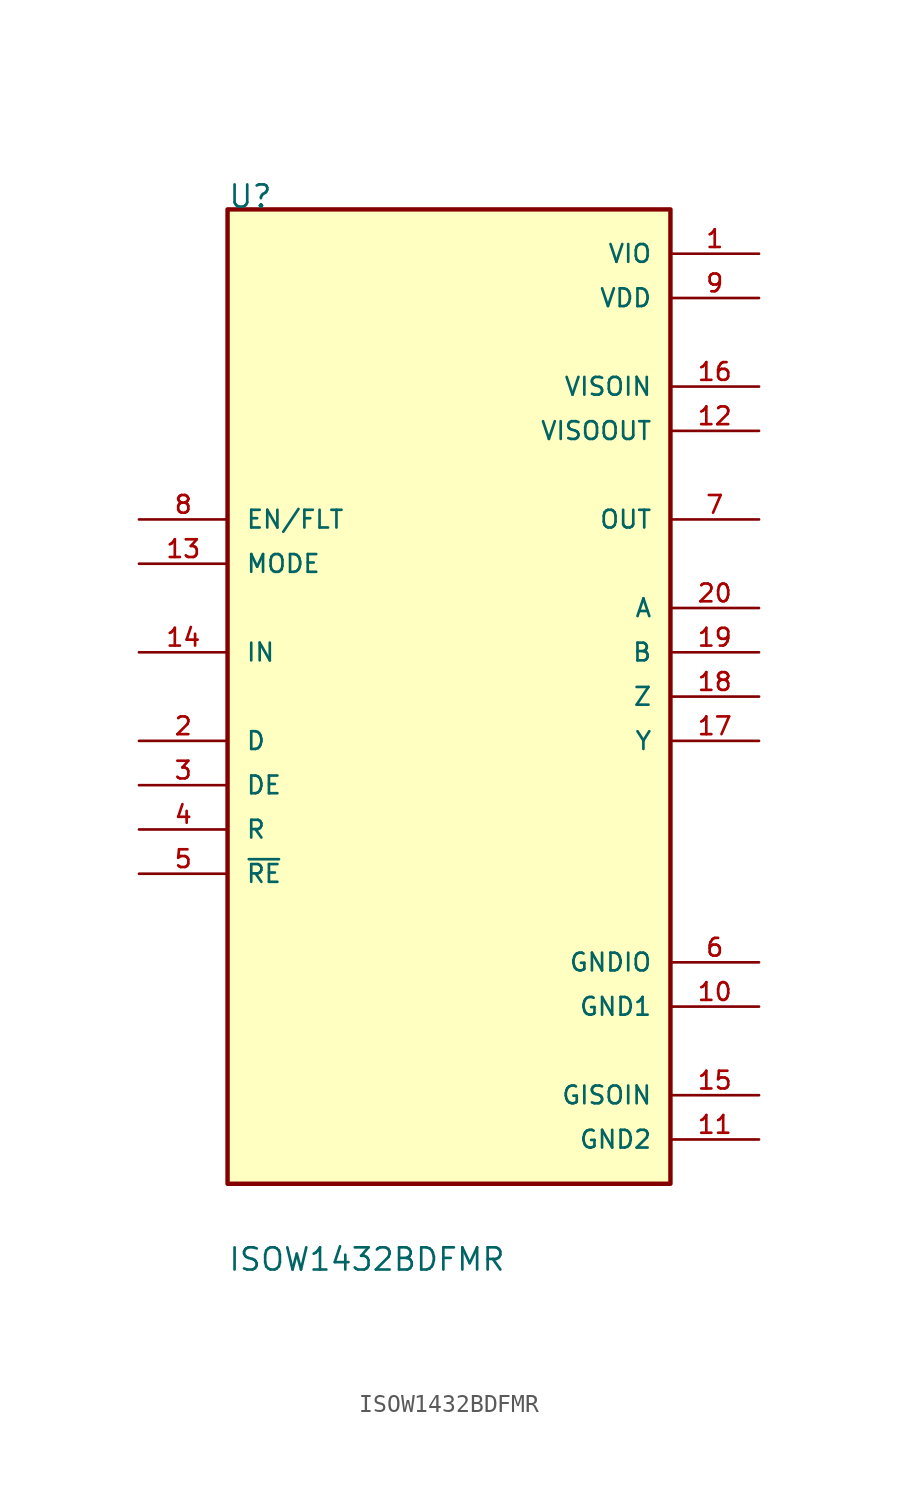
<source format=kicad_sym>
(kicad_symbol_lib
  (version 20211014)
  (generator kicad_symbol_editor)
  (symbol "ISOW1432BDFMR"
    (pin_names
      (offset 1.016))
    (property "Reference" "U"
      (at -12.7 27.94 0)
      (effects (font (size 1.27 1.27)) (justify bottom left)))
    (property "Value" "ISOW1432BDFMR"
      (at -12.7 -33.02 0)
      (effects (font (size 1.27 1.27)) (justify bottom left)))
    (symbol "ISOW1432BDFMR_0_0"
      (rectangle (start -12.7 -27.94) (end 12.7 27.94) (stroke (width 0.254)) (fill (type background)))
      (pin power_in line (at 17.78 25.4 180.0) (length 5.08) (name "VIO" (effects (font (size 1.016 1.016)))) (number "1" (effects (font (size 1.016 1.016)))))
      (pin input line (at -17.78 -2.54 0) (length 5.08) (name "D" (effects (font (size 1.016 1.016)))) (number "2" (effects (font (size 1.016 1.016)))))
      (pin input line (at -17.78 -5.08 0) (length 5.08) (name "DE" (effects (font (size 1.016 1.016)))) (number "3" (effects (font (size 1.016 1.016)))))
      (pin bidirectional line (at -17.78 -7.62 0) (length 5.08) (name "R" (effects (font (size 1.016 1.016)))) (number "4" (effects (font (size 1.016 1.016)))))
      (pin input line (at -17.78 -10.16 0) (length 5.08) (name "~{RE}" (effects (font (size 1.016 1.016)))) (number "5" (effects (font (size 1.016 1.016)))))
      (pin power_in line (at 17.78 22.86 180.0) (length 5.08) (name "VDD" (effects (font (size 1.016 1.016)))) (number "9" (effects (font (size 1.016 1.016)))))
      (pin output line (at 17.78 10.16 180.0) (length 5.08) (name "OUT" (effects (font (size 1.016 1.016)))) (number "7" (effects (font (size 1.016 1.016)))))
      (pin bidirectional line (at -17.78 10.16 0) (length 5.08) (name "EN/FLT" (effects (font (size 1.016 1.016)))) (number "8" (effects (font (size 1.016 1.016)))))
      (pin power_in line (at 17.78 -15.24 180.0) (length 5.08) (name "GNDIO" (effects (font (size 1.016 1.016)))) (number "6" (effects (font (size 1.016 1.016)))))
      (pin power_in line (at 17.78 -17.78 180.0) (length 5.08) (name "GND1" (effects (font (size 1.016 1.016)))) (number "10" (effects (font (size 1.016 1.016)))))
      (pin input line (at 17.78 5.08 180.0) (length 5.08) (name "A" (effects (font (size 1.016 1.016)))) (number "20" (effects (font (size 1.016 1.016)))))
      (pin input line (at 17.78 2.54 180.0) (length 5.08) (name "B" (effects (font (size 1.016 1.016)))) (number "19" (effects (font (size 1.016 1.016)))))
      (pin output line (at 17.78 0.0 180.0) (length 5.08) (name "Z" (effects (font (size 1.016 1.016)))) (number "18" (effects (font (size 1.016 1.016)))))
      (pin output line (at 17.78 -2.54 180.0) (length 5.08) (name "Y" (effects (font (size 1.016 1.016)))) (number "17" (effects (font (size 1.016 1.016)))))
      (pin power_in line (at 17.78 17.78 180.0) (length 5.08) (name "VISOIN" (effects (font (size 1.016 1.016)))) (number "16" (effects (font (size 1.016 1.016)))))
      (pin power_in line (at 17.78 -22.86 180.0) (length 5.08) (name "GISOIN" (effects (font (size 1.016 1.016)))) (number "15" (effects (font (size 1.016 1.016)))))
      (pin input line (at -17.78 2.54 0) (length 5.08) (name "IN" (effects (font (size 1.016 1.016)))) (number "14" (effects (font (size 1.016 1.016)))))
      (pin input line (at -17.78 7.62 0) (length 5.08) (name "MODE" (effects (font (size 1.016 1.016)))) (number "13" (effects (font (size 1.016 1.016)))))
      (pin power_in line (at 17.78 15.24 180.0) (length 5.08) (name "VISOOUT" (effects (font (size 1.016 1.016)))) (number "12" (effects (font (size 1.016 1.016)))))
      (pin power_in line (at 17.78 -25.4 180.0) (length 5.08) (name "GND2" (effects (font (size 1.016 1.016)))) (number "11" (effects (font (size 1.016 1.016))))))))
</source>
